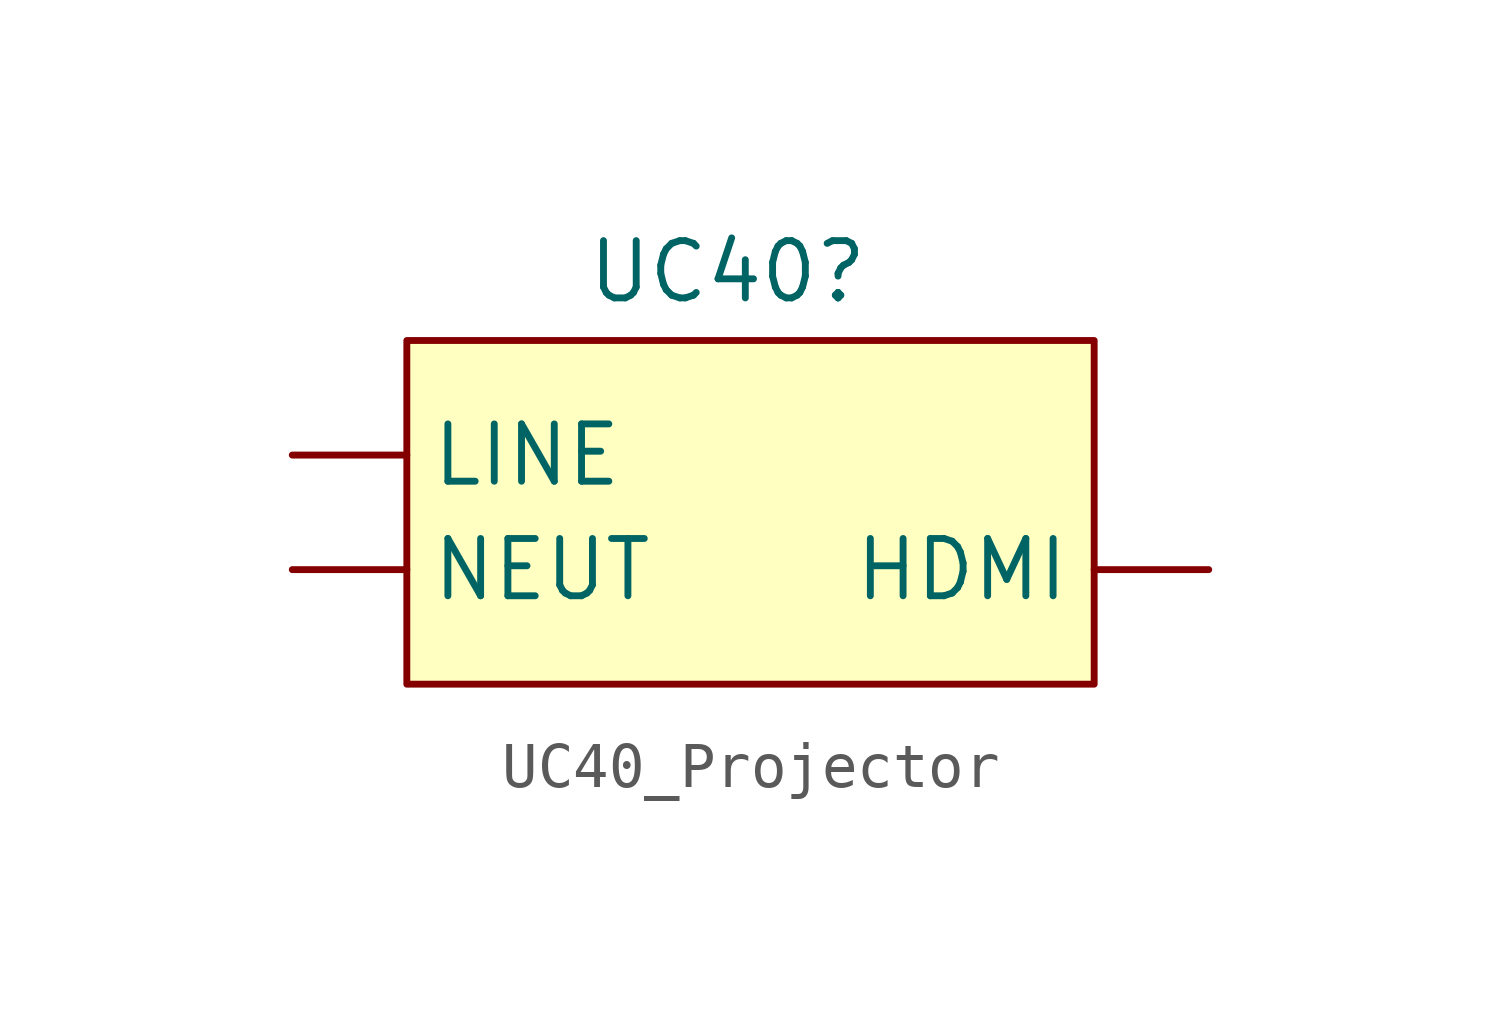
<source format=kicad_sym>
(kicad_symbol_lib
  (version 20231120)
  (generator "kicad_symbol_editor")
  (generator_version "8.0")
  (symbol "UC40_Projector"
    (property "Reference" "UC40"
      (at -0.508 5.334 0)
      (effects (font (size 1.27 1.27))))
    (property "Value" ""
      (at -3.81 0 0)
      (effects (font (size 1.27 1.27))))
    (symbol "UC40_Projector_1_1"
      (rectangle (start -7.62 3.81) (end 7.62 -3.81) (stroke (width 0) (type default)) (fill (type background)))
      (pin output line (at 10.16 -1.27 180) (length 2.54) (name "HDMI" (effects (font (size 1.27 1.27)))) (number "" (effects (font (size 1.27 1.27)))))
      (pin input line (at -10.16 1.27 0) (length 2.54) (name "LINE" (effects (font (size 1.27 1.27)))) (number "" (effects (font (size 1.27 1.27)))))
      (pin input line (at -10.16 -1.27 0) (length 2.54) (name "NEUT" (effects (font (size 1.27 1.27)))) (number "" (effects (font (size 1.27 1.27))))))))
</source>
